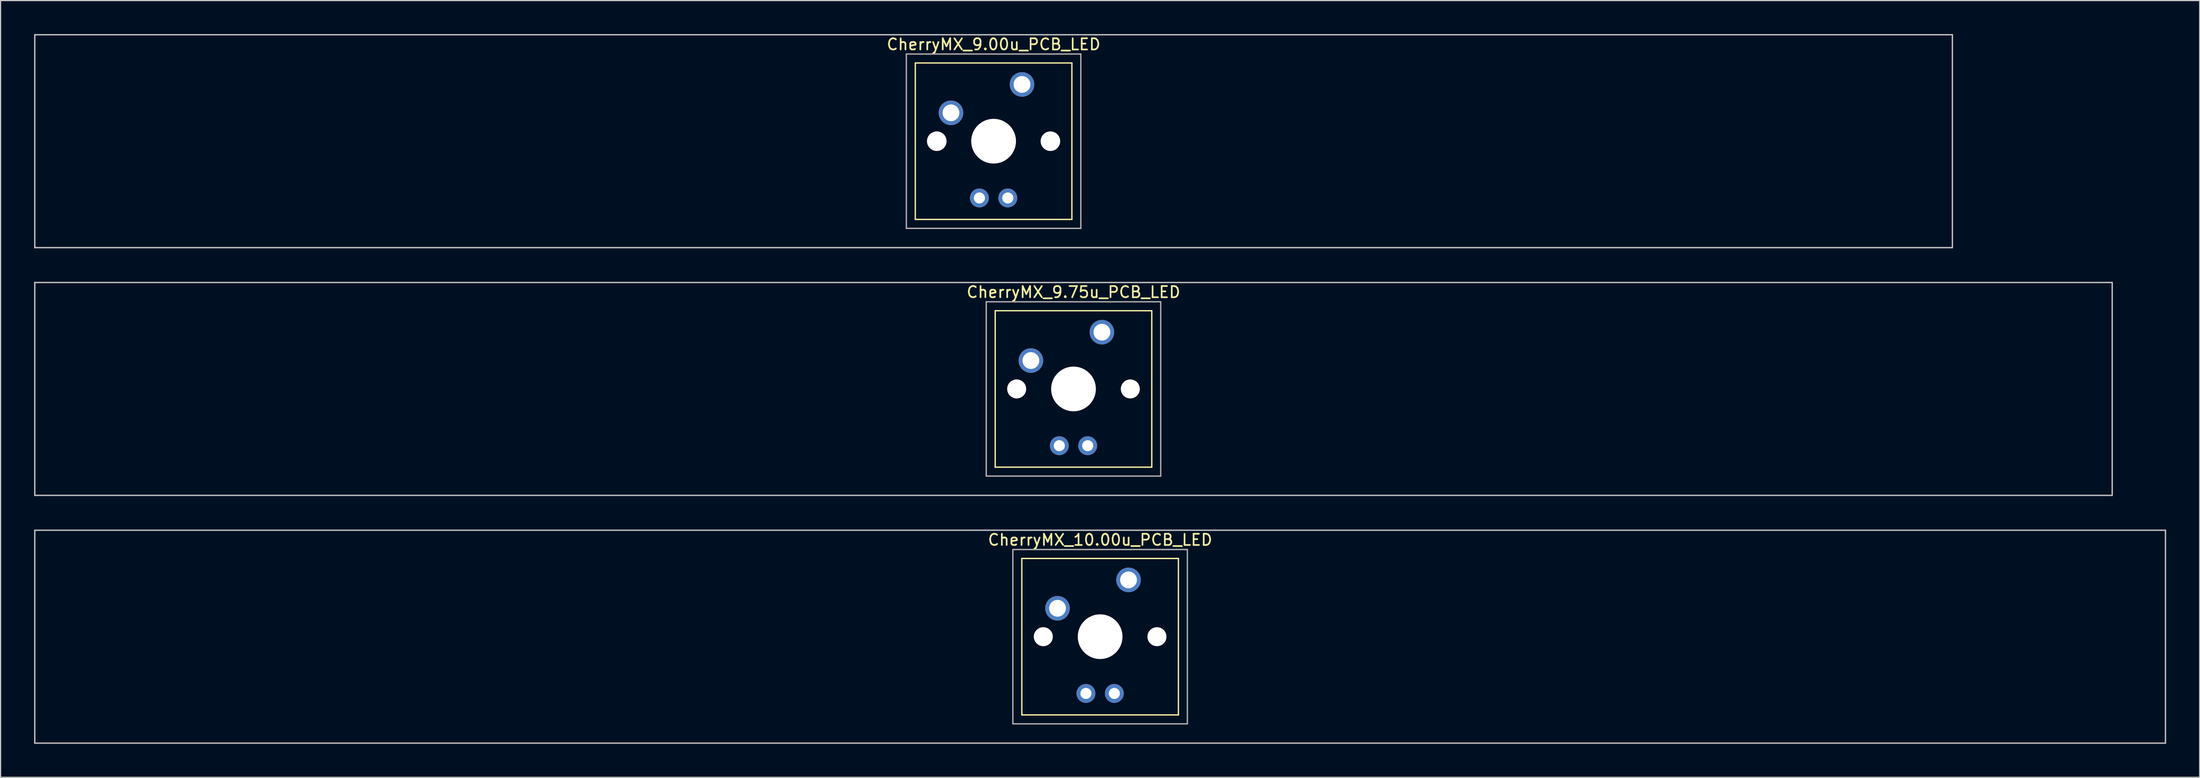
<source format=kicad_pcb>
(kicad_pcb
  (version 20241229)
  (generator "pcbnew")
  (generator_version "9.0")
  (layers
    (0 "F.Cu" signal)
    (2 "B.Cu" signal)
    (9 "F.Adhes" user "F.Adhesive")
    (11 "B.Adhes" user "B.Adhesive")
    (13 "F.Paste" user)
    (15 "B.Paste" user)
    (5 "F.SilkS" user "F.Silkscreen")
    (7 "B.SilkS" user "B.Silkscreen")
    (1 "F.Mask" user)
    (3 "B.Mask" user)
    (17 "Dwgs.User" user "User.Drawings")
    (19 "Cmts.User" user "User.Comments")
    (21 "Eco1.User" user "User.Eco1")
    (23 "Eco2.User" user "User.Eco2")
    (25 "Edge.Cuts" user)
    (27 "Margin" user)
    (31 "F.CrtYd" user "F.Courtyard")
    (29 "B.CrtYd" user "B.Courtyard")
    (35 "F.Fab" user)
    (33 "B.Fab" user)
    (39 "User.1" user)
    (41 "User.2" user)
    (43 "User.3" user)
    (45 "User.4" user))
  (footprint "CherryMX_10.00u_PCB_LED"
    (layer "F.Cu")
    (at 95.31 53.925)
    (property "Reference" "CherryMX_10.00u_PCB_LED" (at 0 -8.662 0) (layer "F.SilkS") (effects (font (size 1 1) (thickness 0.15))))
    (attr through_hole)
    (fp_line (start -7 -7) (end -7 7) (stroke (width 0.12) (type solid)) (layer "F.SilkS"))
    (fp_line (start -7 -7) (end 7 -7) (stroke (width 0.12) (type solid)) (layer "F.SilkS"))
    (fp_line (start 7 -7) (end 7 7) (stroke (width 0.12) (type solid)) (layer "F.SilkS"))
    (fp_line (start 7 7) (end -7 7) (stroke (width 0.12) (type solid)) (layer "F.SilkS"))
    (fp_line (start -95.25 -9.525) (end 95.25 -9.525) (stroke (width 0.12) (type solid)) (layer "Dwgs.User"))
    (fp_line (start -95.25 9.525) (end -95.25 -9.525) (stroke (width 0.12) (type solid)) (layer "Dwgs.User"))
    (fp_line (start 95.25 -9.525) (end 95.25 9.525) (stroke (width 0.12) (type solid)) (layer "Dwgs.User"))
    (fp_line (start 95.25 9.525) (end -95.25 9.525) (stroke (width 0.12) (type solid)) (layer "Dwgs.User"))
    (fp_line (start -7.8 -7.8) (end -7.8 7.8) (stroke (width 0.12) (type solid)) (layer "F.Fab"))
    (fp_line (start -7.8 -7.8) (end 7.8 -7.8) (stroke (width 0.12) (type solid)) (layer "F.Fab"))
    (fp_line (start -7.8 7.8) (end 7.8 7.8) (stroke (width 0.12) (type solid)) (layer "F.Fab"))
    (fp_line (start 7.8 -7.8) (end 7.8 7.8) (stroke (width 0.12) (type solid)) (layer "F.Fab"))
    (pad "" np_thru_hole circle (at -5.08 0) (size 1.7 1.7) (drill 1.7) (layers "*.Cu" "*.Mask"))
    (pad "" np_thru_hole circle (at 0 0) (size 4 4) (drill 4) (layers "*.Cu" "*.Mask"))
    (pad "" np_thru_hole circle (at 5.08 0) (size 1.7 1.7) (drill 1.7) (layers "*.Cu" "*.Mask"))
    (pad "1" thru_hole circle (at -3.81 -2.54) (size 2.2 2.2) (drill 1.5) (layers "*.Cu" "*.Mask"))
    (pad "2" thru_hole circle (at 2.54 -5.08) (size 2.2 2.2) (drill 1.5) (layers "*.Cu" "*.Mask"))
    (pad "3" thru_hole circle (at -1.27 5.08) (size 1.691 1.691) (drill 0.991) (layers "*.Cu" "*.Mask"))
    (pad "4" thru_hole circle (at 1.27 5.08) (size 1.691 1.691) (drill 0.991) (layers "*.Cu" "*.Mask")))
  (footprint "CherryMX_9.00u_PCB_LED"
    (layer "F.Cu")
    (at 85.785 9.585)
    (property "Reference" "CherryMX_9.00u_PCB_LED" (at 0 -8.662 0) (layer "F.SilkS") (effects (font (size 1 1) (thickness 0.15))))
    (attr through_hole)
    (fp_line (start -7 -7) (end -7 7) (stroke (width 0.12) (type solid)) (layer "F.SilkS"))
    (fp_line (start -7 -7) (end 7 -7) (stroke (width 0.12) (type solid)) (layer "F.SilkS"))
    (fp_line (start 7 -7) (end 7 7) (stroke (width 0.12) (type solid)) (layer "F.SilkS"))
    (fp_line (start 7 7) (end -7 7) (stroke (width 0.12) (type solid)) (layer "F.SilkS"))
    (fp_line (start -85.725 -9.525) (end 85.725 -9.525) (stroke (width 0.12) (type solid)) (layer "Dwgs.User"))
    (fp_line (start -85.725 9.525) (end -85.725 -9.525) (stroke (width 0.12) (type solid)) (layer "Dwgs.User"))
    (fp_line (start 85.725 -9.525) (end 85.725 9.525) (stroke (width 0.12) (type solid)) (layer "Dwgs.User"))
    (fp_line (start 85.725 9.525) (end -85.725 9.525) (stroke (width 0.12) (type solid)) (layer "Dwgs.User"))
    (fp_line (start -7.8 -7.8) (end -7.8 7.8) (stroke (width 0.12) (type solid)) (layer "F.Fab"))
    (fp_line (start -7.8 -7.8) (end 7.8 -7.8) (stroke (width 0.12) (type solid)) (layer "F.Fab"))
    (fp_line (start -7.8 7.8) (end 7.8 7.8) (stroke (width 0.12) (type solid)) (layer "F.Fab"))
    (fp_line (start 7.8 -7.8) (end 7.8 7.8) (stroke (width 0.12) (type solid)) (layer "F.Fab"))
    (pad "" np_thru_hole circle (at -5.08 0) (size 1.75 1.75) (drill 1.75) (layers "*.Cu" "*.Mask"))
    (pad "" np_thru_hole circle (at 0 0) (size 4 4) (drill 4) (layers "*.Cu" "*.Mask"))
    (pad "" np_thru_hole circle (at 5.08 0) (size 1.75 1.75) (drill 1.75) (layers "*.Cu" "*.Mask"))
    (pad "1" thru_hole circle (at -3.81 -2.54) (size 2.2 2.2) (drill 1.5) (layers "*.Cu" "*.Mask"))
    (pad "2" thru_hole circle (at 2.54 -5.08) (size 2.2 2.2) (drill 1.5) (layers "*.Cu" "*.Mask"))
    (pad "3" thru_hole circle (at -1.27 5.08) (size 1.691 1.691) (drill 0.991) (layers "*.Cu" "*.Mask"))
    (pad "4" thru_hole circle (at 1.27 5.08) (size 1.691 1.691) (drill 0.991) (layers "*.Cu" "*.Mask")))
  (footprint "CherryMX_9.75u_PCB_LED"
    (layer "F.Cu")
    (at 92.929 31.755)
    (property "Reference" "CherryMX_9.75u_PCB_LED" (at 0 -8.662 0) (layer "F.SilkS") (effects (font (size 1 1) (thickness 0.15))))
    (attr through_hole)
    (fp_line (start -7 -7) (end -7 7) (stroke (width 0.12) (type solid)) (layer "F.SilkS"))
    (fp_line (start -7 -7) (end 7 -7) (stroke (width 0.12) (type solid)) (layer "F.SilkS"))
    (fp_line (start 7 -7) (end 7 7) (stroke (width 0.12) (type solid)) (layer "F.SilkS"))
    (fp_line (start 7 7) (end -7 7) (stroke (width 0.12) (type solid)) (layer "F.SilkS"))
    (fp_line (start -92.869 -9.525) (end 92.869 -9.525) (stroke (width 0.12) (type solid)) (layer "Dwgs.User"))
    (fp_line (start -92.869 9.525) (end -92.869 -9.525) (stroke (width 0.12) (type solid)) (layer "Dwgs.User"))
    (fp_line (start 92.869 -9.525) (end 92.869 9.525) (stroke (width 0.12) (type solid)) (layer "Dwgs.User"))
    (fp_line (start 92.869 9.525) (end -92.869 9.525) (stroke (width 0.12) (type solid)) (layer "Dwgs.User"))
    (fp_line (start -7.8 -7.8) (end -7.8 7.8) (stroke (width 0.12) (type solid)) (layer "F.Fab"))
    (fp_line (start -7.8 -7.8) (end 7.8 -7.8) (stroke (width 0.12) (type solid)) (layer "F.Fab"))
    (fp_line (start -7.8 7.8) (end 7.8 7.8) (stroke (width 0.12) (type solid)) (layer "F.Fab"))
    (fp_line (start 7.8 -7.8) (end 7.8 7.8) (stroke (width 0.12) (type solid)) (layer "F.Fab"))
    (pad "" np_thru_hole circle (at -5.08 0) (size 1.7 1.7) (drill 1.7) (layers "*.Cu" "*.Mask"))
    (pad "" np_thru_hole circle (at 0 0) (size 4 4) (drill 4) (layers "*.Cu" "*.Mask"))
    (pad "" np_thru_hole circle (at 5.08 0) (size 1.7 1.7) (drill 1.7) (layers "*.Cu" "*.Mask"))
    (pad "1" thru_hole circle (at -3.81 -2.54) (size 2.2 2.2) (drill 1.5) (layers "*.Cu" "*.Mask"))
    (pad "2" thru_hole circle (at 2.54 -5.08) (size 2.2 2.2) (drill 1.5) (layers "*.Cu" "*.Mask"))
    (pad "3" thru_hole circle (at -1.27 5.08) (size 1.691 1.691) (drill 0.991) (layers "*.Cu" "*.Mask"))
    (pad "4" thru_hole circle (at 1.27 5.08) (size 1.691 1.691) (drill 0.991) (layers "*.Cu" "*.Mask")))
  (gr_rect
    (start -3 -3)
    (end 193.62 66.51)
    (stroke (width 0.1) (type default))
    (fill no)
    (layer "Edge.Cuts")))
</source>
